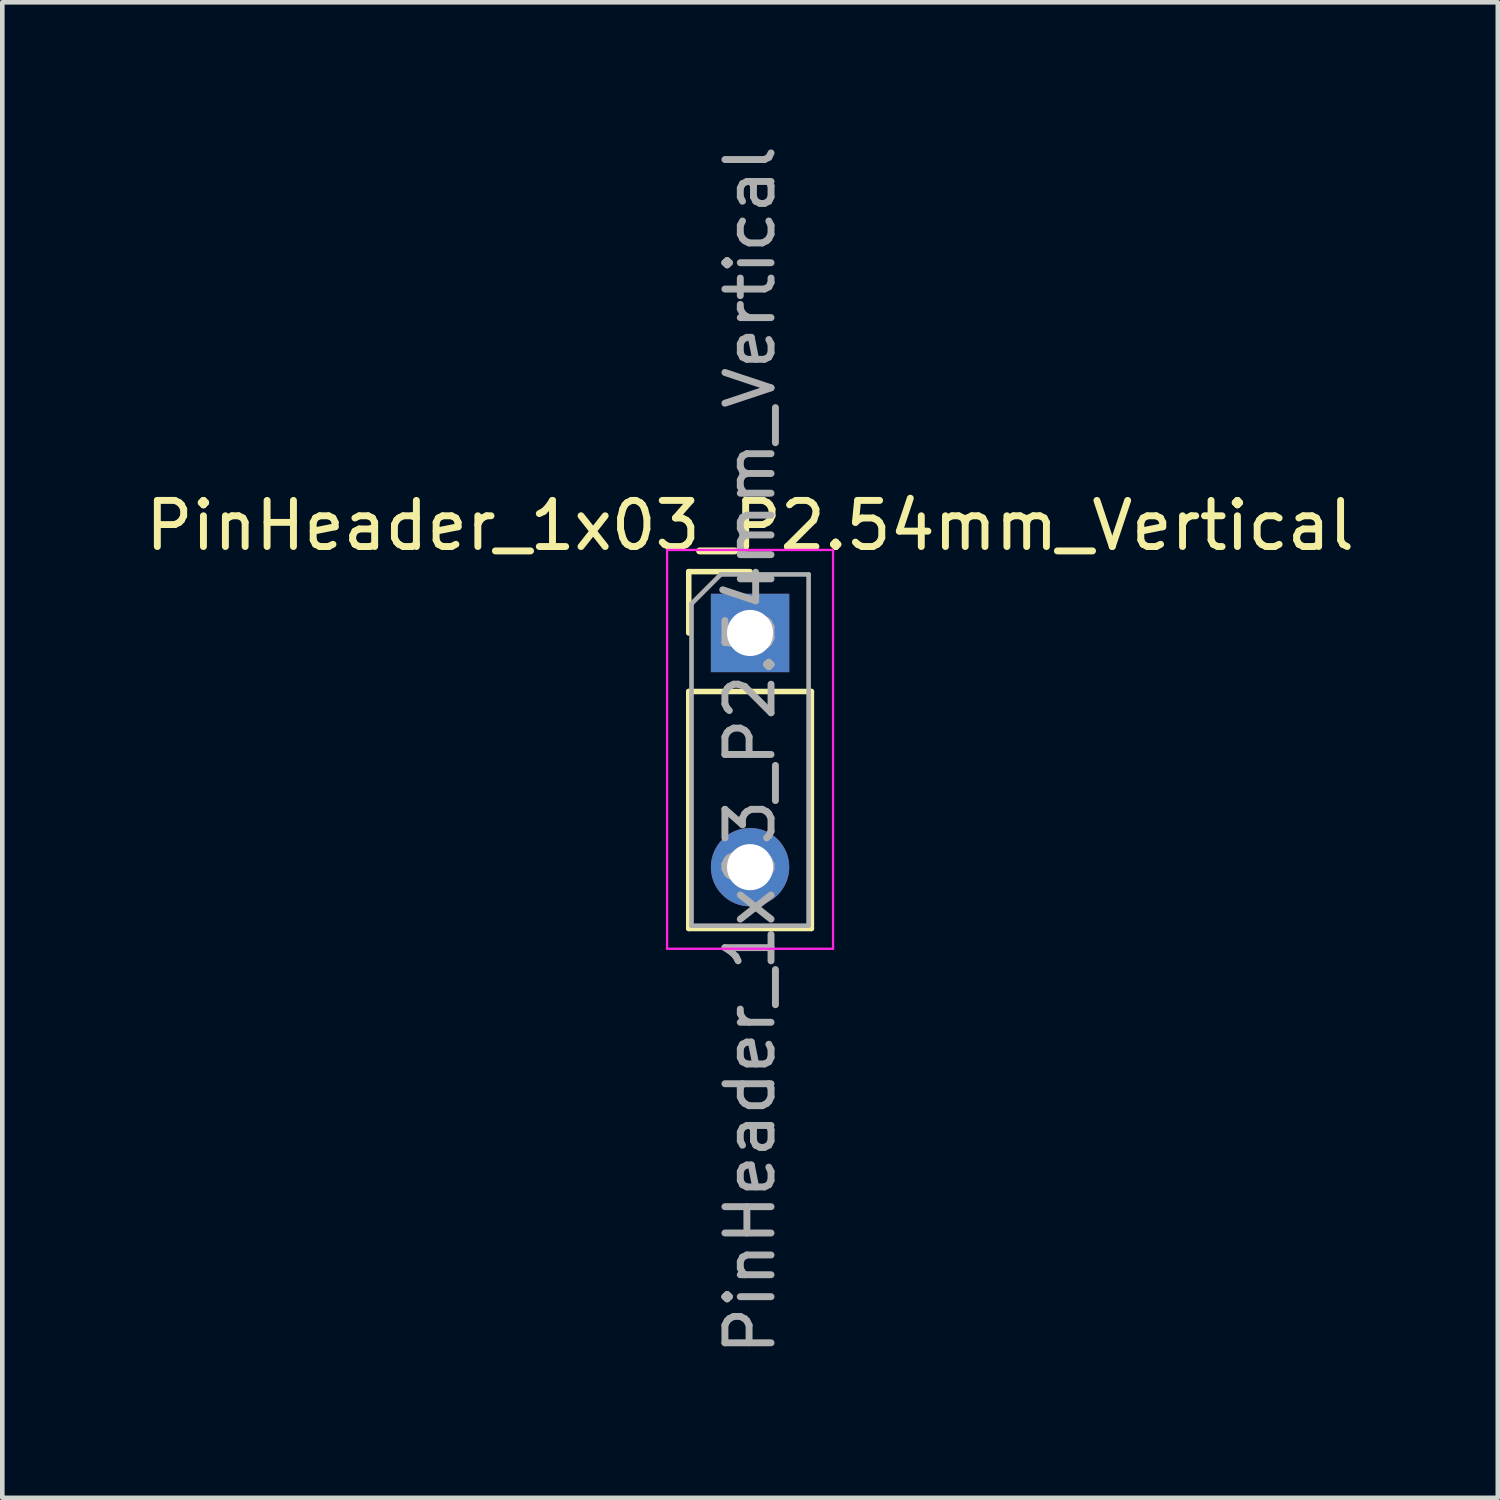
<source format=kicad_pcb>
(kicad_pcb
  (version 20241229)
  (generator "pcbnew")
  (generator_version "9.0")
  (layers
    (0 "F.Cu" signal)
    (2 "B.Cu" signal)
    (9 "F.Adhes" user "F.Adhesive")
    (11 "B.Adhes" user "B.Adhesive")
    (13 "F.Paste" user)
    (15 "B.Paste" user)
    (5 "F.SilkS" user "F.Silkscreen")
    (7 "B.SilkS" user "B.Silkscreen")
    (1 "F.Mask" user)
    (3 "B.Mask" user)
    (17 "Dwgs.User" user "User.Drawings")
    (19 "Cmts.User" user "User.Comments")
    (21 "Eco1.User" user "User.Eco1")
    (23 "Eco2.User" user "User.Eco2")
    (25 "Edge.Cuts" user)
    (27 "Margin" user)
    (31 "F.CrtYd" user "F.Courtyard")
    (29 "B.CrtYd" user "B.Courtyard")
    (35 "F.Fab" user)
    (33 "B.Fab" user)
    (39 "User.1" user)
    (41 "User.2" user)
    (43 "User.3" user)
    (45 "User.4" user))
  (footprint "PinHeader_1x03_P2.54mm_Vertical"
    (layer "F.Cu")
    (at 13.22 10.68)
    (property "Reference" "PinHeader_1x03_P2.54mm_Vertical" (at 0 -2.33 0) (layer "F.SilkS") (effects (font (size 1 1) (thickness 0.15))))
    (attr through_hole)
    (fp_line (start -1.33 -1.33) (end 0 -1.33) (stroke (width 0.12) (type solid)) (layer "F.SilkS"))
    (fp_line (start -1.33 0) (end -1.33 -1.33) (stroke (width 0.12) (type solid)) (layer "F.SilkS"))
    (fp_line (start -1.33 1.27) (end -1.33 6.41) (stroke (width 0.12) (type solid)) (layer "F.SilkS"))
    (fp_line (start -1.33 1.27) (end 1.33 1.27) (stroke (width 0.12) (type solid)) (layer "F.SilkS"))
    (fp_line (start -1.33 6.41) (end 1.33 6.41) (stroke (width 0.12) (type solid)) (layer "F.SilkS"))
    (fp_line (start 1.33 1.27) (end 1.33 6.41) (stroke (width 0.12) (type solid)) (layer "F.SilkS"))
    (fp_line (start -1.8 -1.8) (end -1.8 6.85) (stroke (width 0.05) (type solid)) (layer "F.CrtYd"))
    (fp_line (start -1.8 6.85) (end 1.8 6.85) (stroke (width 0.05) (type solid)) (layer "F.CrtYd"))
    (fp_line (start 1.8 -1.8) (end -1.8 -1.8) (stroke (width 0.05) (type solid)) (layer "F.CrtYd"))
    (fp_line (start 1.8 6.85) (end 1.8 -1.8) (stroke (width 0.05) (type solid)) (layer "F.CrtYd"))
    (fp_line (start -1.27 -0.635) (end -0.635 -1.27) (stroke (width 0.1) (type solid)) (layer "F.Fab"))
    (fp_line (start -1.27 6.35) (end -1.27 -0.635) (stroke (width 0.1) (type solid)) (layer "F.Fab"))
    (fp_line (start -0.635 -1.27) (end 1.27 -1.27) (stroke (width 0.1) (type solid)) (layer "F.Fab"))
    (fp_line (start 1.27 -1.27) (end 1.27 6.35) (stroke (width 0.1) (type solid)) (layer "F.Fab"))
    (fp_line (start 1.27 6.35) (end -1.27 6.35) (stroke (width 0.1) (type solid)) (layer "F.Fab"))
    (fp_text user "${REFERENCE}" (at 0 2.54 90) (layer "F.Fab") (effects (font (size 1 1) (thickness 0.15))))
    (pad "1" thru_hole rect (at 0 0) (size 1.7 1.7) (drill 1) (layers "*.Cu" "*.Mask"))
    (pad "2" thru_hole oval (at 0 5.08) (size 1.7 1.7) (drill 1) (layers "*.Cu" "*.Mask")))
  (gr_rect
    (start -3 -3)
    (end 29.44 29.44)
    (stroke (width 0.1) (type default))
    (fill no)
    (layer "Edge.Cuts")))
</source>
